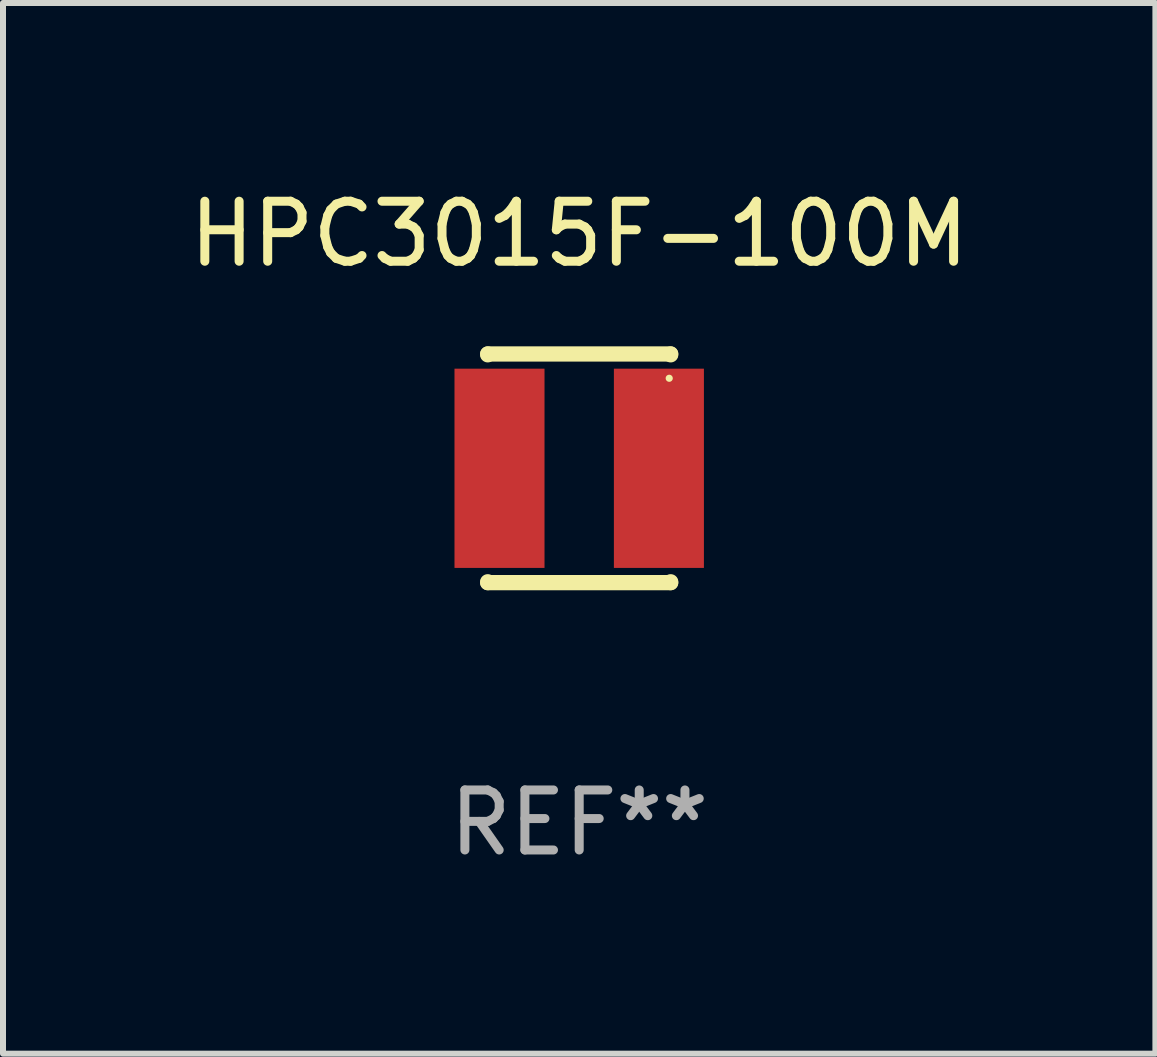
<source format=kicad_pcb>
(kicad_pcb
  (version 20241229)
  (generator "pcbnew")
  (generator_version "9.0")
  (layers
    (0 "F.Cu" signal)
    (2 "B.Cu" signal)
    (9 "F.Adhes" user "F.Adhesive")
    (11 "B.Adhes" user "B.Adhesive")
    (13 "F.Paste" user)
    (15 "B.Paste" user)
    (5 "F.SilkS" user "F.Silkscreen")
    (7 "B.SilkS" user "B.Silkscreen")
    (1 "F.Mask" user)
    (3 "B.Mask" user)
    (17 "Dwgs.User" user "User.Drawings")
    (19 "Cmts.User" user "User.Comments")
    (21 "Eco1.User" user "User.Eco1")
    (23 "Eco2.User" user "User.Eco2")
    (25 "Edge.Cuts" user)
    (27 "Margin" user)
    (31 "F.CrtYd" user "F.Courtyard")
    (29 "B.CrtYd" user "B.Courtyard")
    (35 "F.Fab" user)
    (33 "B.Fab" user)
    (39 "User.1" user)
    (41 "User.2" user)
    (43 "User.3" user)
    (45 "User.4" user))
  (footprint "HPC3015F-100M"
    (layer "F.Cu")
    (at 6.601 4.753)
    (property "Reference" "HPC3015F-100M" (at 0 -3.905 0) (layer "F.SilkS") (effects (font (size 1 1) (thickness 0.15))))
    (attr through_hole)
    (fp_line (start -1.524 -1.905) (end 1.524 -1.905) (stroke (width 0.254) (type solid)) (layer "F.SilkS"))
    (fp_line (start -1.524 -1.891) (end -1.524 -1.905) (stroke (width 0.254) (type solid)) (layer "F.SilkS"))
    (fp_line (start -1.524 1.905) (end -1.524 1.891) (stroke (width 0.254) (type solid)) (layer "F.SilkS"))
    (fp_line (start -1.524 1.905) (end 1.524 1.905) (stroke (width 0.254) (type solid)) (layer "F.SilkS"))
    (fp_line (start 1.524 -1.905) (end 1.524 -1.891) (stroke (width 0.254) (type solid)) (layer "F.SilkS"))
    (fp_line (start 1.524 1.891) (end 1.524 1.905) (stroke (width 0.254) (type solid)) (layer "F.SilkS"))
    (fp_circle (center 1.5 -1.5) (end 1.53 -1.5) (stroke (width 0.06) (type solid)) (fill no) (layer "F.SilkS"))
    (fp_text user "REF**" (at 0 5.905 0) (layer "F.Fab") (effects (font (size 1 1) (thickness 0.15))))
    (pad "1" smd rect (at 1.328 0) (size 1.5 3.32) (layers "F.Cu" "F.Mask" "F.Paste"))
    (pad "2" smd rect (at -1.328 0) (size 1.5 3.32) (layers "F.Cu" "F.Mask" "F.Paste")))
  (gr_rect
    (start -3 -3)
    (end 16.202 14.507)
    (stroke (width 0.1) (type default))
    (fill no)
    (layer "Edge.Cuts")))
</source>
